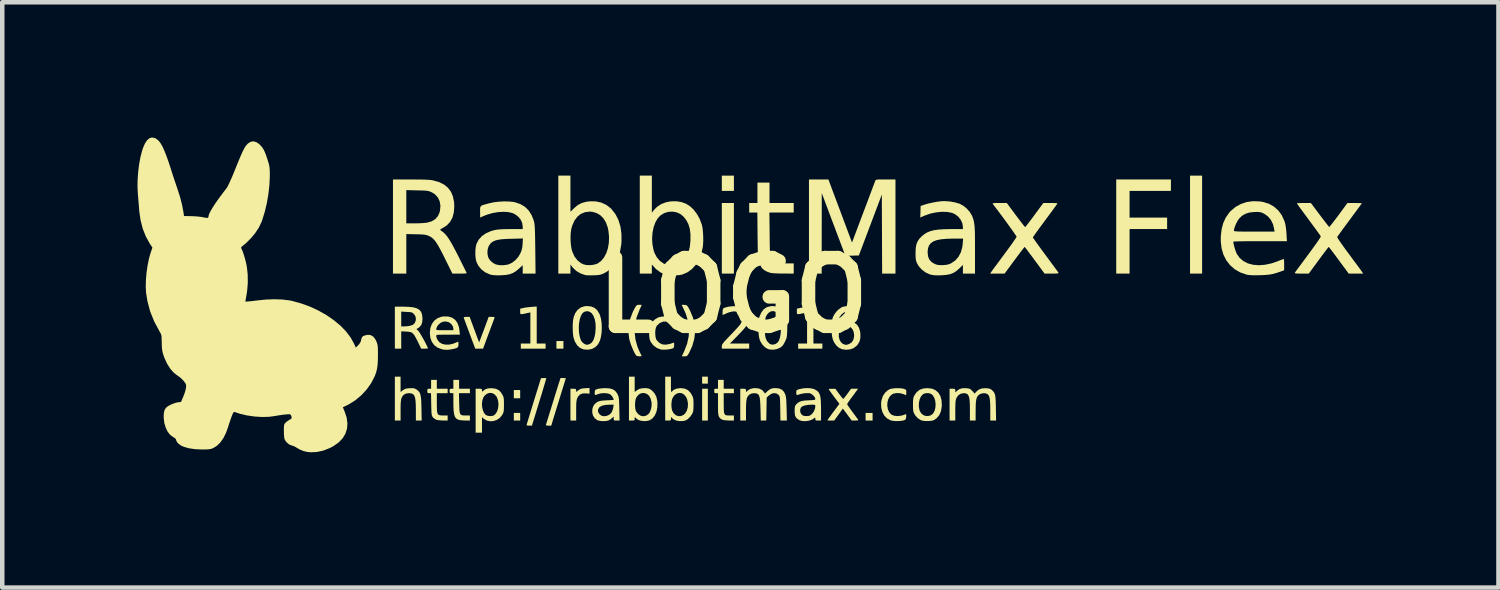
<source format=kicad_pcb>
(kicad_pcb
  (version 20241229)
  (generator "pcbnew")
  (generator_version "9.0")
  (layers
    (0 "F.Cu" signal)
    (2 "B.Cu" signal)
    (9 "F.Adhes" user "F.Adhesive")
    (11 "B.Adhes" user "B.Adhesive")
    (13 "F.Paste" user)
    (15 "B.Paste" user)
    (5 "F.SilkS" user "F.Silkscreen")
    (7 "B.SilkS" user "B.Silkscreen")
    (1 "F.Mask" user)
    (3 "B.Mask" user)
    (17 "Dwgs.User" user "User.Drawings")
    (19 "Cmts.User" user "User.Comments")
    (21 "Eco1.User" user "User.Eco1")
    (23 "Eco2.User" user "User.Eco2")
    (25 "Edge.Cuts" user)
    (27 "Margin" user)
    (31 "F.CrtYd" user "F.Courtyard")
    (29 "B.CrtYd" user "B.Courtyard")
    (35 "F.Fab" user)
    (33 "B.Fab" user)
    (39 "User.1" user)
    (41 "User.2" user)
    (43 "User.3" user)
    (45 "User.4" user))
  (footprint "LOGO"
    (layer "F.Cu")
    (at 13.216 3.499)
    (property "Reference" "LOGO" (at 0 0 0) (layer "F.SilkS") (effects (font (size 1.524 1.524) (thickness 0.3))))
    (attr through_hole)
    (fp_poly (pts (xy -4.727 2.286) (xy -4.868 2.286) (xy -4.868 2.103) (xy -4.727 2.103) (xy -4.727 2.286)) (stroke (width 0.001) (type solid)) (fill yes) (layer "F.SilkS"))
    (fp_poly (pts (xy -4.727 2.78) (xy -4.868 2.78) (xy -4.868 2.611) (xy -4.727 2.611) (xy -4.727 2.78)) (stroke (width 0.001) (type solid)) (fill yes) (layer "F.SilkS"))
    (fp_poly (pts (xy -3.768 1.185) (xy -3.923 1.185) (xy -3.923 1.016) (xy -3.768 1.016) (xy -3.768 1.185)) (stroke (width 0.001) (type solid)) (fill yes) (layer "F.SilkS"))
    (fp_poly (pts (xy -0.564 1.961) (xy -0.691 1.961) (xy -0.691 1.806) (xy -0.564 1.806) (xy -0.564 1.961)) (stroke (width 0.001) (type solid)) (fill yes) (layer "F.SilkS"))
    (fp_poly (pts (xy -0.564 2.78) (xy -0.691 2.78) (xy -0.691 2.074) (xy -0.564 2.074) (xy -0.564 2.78)) (stroke (width 0.001) (type solid)) (fill yes) (layer "F.SilkS"))
    (fp_poly (pts (xy 0.014 -2.314) (xy -0.254 -2.314) (xy -0.254 -2.653) (xy 0.014 -2.653) (xy 0.014 -2.314)) (stroke (width 0.001) (type solid)) (fill yes) (layer "F.SilkS"))
    (fp_poly (pts (xy 0.014 -0.48) (xy -0.254 -0.48) (xy -0.254 -2.046) (xy 0.014 -2.046) (xy 0.014 -0.48)) (stroke (width 0.001) (type solid)) (fill yes) (layer "F.SilkS"))
    (fp_poly (pts (xy 3.09 2.78) (xy 2.935 2.78) (xy 2.935 2.611) (xy 3.09 2.611) (xy 3.09 2.78)) (stroke (width 0.001) (type solid)) (fill yes) (layer "F.SilkS"))
    (fp_poly (pts (xy 10.4 -0.48) (xy 10.132 -0.48) (xy 10.132 -2.653) (xy 10.4 -2.653) (xy 10.4 -0.48)) (stroke (width 0.001) (type solid)) (fill yes) (layer "F.SilkS"))
    (fp_poly (pts (xy 9.708 -2.314) (xy 8.791 -2.314) (xy 8.791 -1.722) (xy 9.624 -1.722) (xy 9.624 -1.468) (xy 8.791 -1.468) (xy 8.791 -0.48) (xy 8.495 -0.48) (xy 8.495 -2.568) (xy 9.708 -2.568) (xy 9.708 -2.314)) (stroke (width 0.001) (type solid)) (fill yes) (layer "F.SilkS"))
    (fp_poly (pts (xy -4.36 1.072) (xy -4.163 1.072) (xy -4.163 1.185) (xy -4.713 1.185) (xy -4.713 1.072) (xy -4.501 1.072) (xy -4.501 0.38) (xy -4.533 0.388) (xy -4.61 0.405) (xy -4.663 0.416) (xy -4.697 0.42) (xy -4.717 0.417) (xy -4.725 0.405) (xy -4.727 0.385) (xy -4.727 0.361) (xy -4.727 0.299) (xy -4.653 0.282) (xy -4.6 0.272) (xy -4.534 0.264) (xy -4.47 0.258) (xy -4.36 0.25) (xy -4.36 1.072)) (stroke (width 0.001) (type solid)) (fill yes) (layer "F.SilkS"))
    (fp_poly (pts (xy 1.778 1.072) (xy 1.976 1.072) (xy 1.976 1.185) (xy 1.439 1.185) (xy 1.439 1.072) (xy 1.637 1.072) (xy 1.637 0.38) (xy 1.605 0.388) (xy 1.528 0.405) (xy 1.475 0.416) (xy 1.441 0.42) (xy 1.422 0.417) (xy 1.413 0.405) (xy 1.411 0.385) (xy 1.411 0.361) (xy 1.411 0.299) (xy 1.485 0.282) (xy 1.538 0.272) (xy 1.604 0.264) (xy 1.669 0.258) (xy 1.778 0.25) (xy 1.778 1.072)) (stroke (width 0.001) (type solid)) (fill yes) (layer "F.SilkS"))
    (fp_poly (pts (xy -4.15 1.841) (xy -4.148 1.844) (xy -4.152 1.86) (xy -4.164 1.899) (xy -4.182 1.96) (xy -4.205 2.038) (xy -4.233 2.132) (xy -4.265 2.237) (xy -4.3 2.352) (xy -4.307 2.374) (xy -4.466 2.892) (xy -4.526 2.893) (xy -4.563 2.89) (xy -4.584 2.885) (xy -4.586 2.882) (xy -4.582 2.867) (xy -4.57 2.827) (xy -4.552 2.767) (xy -4.528 2.689) (xy -4.499 2.596) (xy -4.467 2.49) (xy -4.432 2.376) (xy -4.426 2.357) (xy -4.266 1.841) (xy -4.207 1.837) (xy -4.171 1.837) (xy -4.15 1.841)) (stroke (width 0.001) (type solid)) (fill yes) (layer "F.SilkS"))
    (fp_poly (pts (xy -3.189 2.185) (xy -3.264 2.177) (xy -3.34 2.179) (xy -3.398 2.201) (xy -3.441 2.246) (xy -3.458 2.276) (xy -3.469 2.304) (xy -3.476 2.335) (xy -3.481 2.376) (xy -3.484 2.431) (xy -3.485 2.507) (xy -3.485 2.558) (xy -3.485 2.78) (xy -3.612 2.78) (xy -3.612 2.074) (xy -3.549 2.074) (xy -3.51 2.076) (xy -3.491 2.083) (xy -3.486 2.1) (xy -3.485 2.11) (xy -3.485 2.146) (xy -3.434 2.107) (xy -3.398 2.084) (xy -3.36 2.071) (xy -3.308 2.064) (xy -3.286 2.063) (xy -3.189 2.057) (xy -3.189 2.185)) (stroke (width 0.001) (type solid)) (fill yes) (layer "F.SilkS"))
    (fp_poly (pts (xy -1.099 0.213) (xy -1.083 0.214) (xy -1.055 0.217) (xy -1.034 0.224) (xy -1.017 0.24) (xy -0.997 0.27) (xy -0.971 0.319) (xy -0.962 0.335) (xy -0.896 0.491) (xy -0.858 0.65) (xy -0.847 0.809) (xy -0.865 0.969) (xy -0.91 1.127) (xy -0.976 1.271) (xy -1.002 1.315) (xy -1.021 1.34) (xy -1.04 1.352) (xy -1.068 1.355) (xy -1.082 1.355) (xy -1.141 1.355) (xy -1.086 1.237) (xy -1.023 1.072) (xy -0.988 0.907) (xy -0.982 0.741) (xy -1.003 0.576) (xy -1.053 0.412) (xy -1.094 0.319) (xy -1.117 0.272) (xy -1.134 0.236) (xy -1.143 0.217) (xy -1.143 0.215) (xy -1.13 0.213) (xy -1.099 0.213)) (stroke (width 0.001) (type solid)) (fill yes) (layer "F.SilkS"))
    (fp_poly (pts (xy -3.783 1.836) (xy -3.771 1.837) (xy -3.714 1.841) (xy -3.854 2.293) (xy -3.888 2.404) (xy -3.921 2.51) (xy -3.951 2.607) (xy -3.977 2.691) (xy -3.997 2.757) (xy -4.011 2.803) (xy -4.016 2.819) (xy -4.038 2.893) (xy -4.1 2.893) (xy -4.141 2.89) (xy -4.156 2.881) (xy -4.156 2.875) (xy -4.15 2.858) (xy -4.138 2.817) (xy -4.119 2.755) (xy -4.094 2.676) (xy -4.065 2.582) (xy -4.032 2.476) (xy -3.997 2.362) (xy -3.993 2.35) (xy -3.958 2.236) (xy -3.925 2.13) (xy -3.896 2.036) (xy -3.871 1.957) (xy -3.851 1.896) (xy -3.838 1.855) (xy -3.832 1.838) (xy -3.832 1.838) (xy -3.816 1.835) (xy -3.783 1.836)) (stroke (width 0.001) (type solid)) (fill yes) (layer "F.SilkS"))
    (fp_poly (pts (xy -6.082 2.074) (xy -5.842 2.074) (xy -5.842 2.173) (xy -6.085 2.173) (xy -6.08 2.4) (xy -6.077 2.493) (xy -6.074 2.561) (xy -6.066 2.609) (xy -6.053 2.639) (xy -6.032 2.657) (xy -6.002 2.665) (xy -5.959 2.667) (xy -5.931 2.667) (xy -5.842 2.667) (xy -5.842 2.78) (xy -5.944 2.779) (xy -6.002 2.776) (xy -6.053 2.772) (xy -6.087 2.765) (xy -6.126 2.749) (xy -6.156 2.724) (xy -6.178 2.688) (xy -6.193 2.636) (xy -6.203 2.565) (xy -6.208 2.473) (xy -6.209 2.37) (xy -6.209 2.173) (xy -6.251 2.173) (xy -6.28 2.17) (xy -6.291 2.156) (xy -6.294 2.124) (xy -6.291 2.091) (xy -6.279 2.077) (xy -6.251 2.074) (xy -6.209 2.074) (xy -6.209 1.877) (xy -6.082 1.877) (xy -6.082 2.074)) (stroke (width 0.001) (type solid)) (fill yes) (layer "F.SilkS"))
    (fp_poly (pts (xy -5.744 0.762) (xy -5.713 0.845) (xy -5.686 0.919) (xy -5.663 0.979) (xy -5.647 1.021) (xy -5.638 1.043) (xy -5.637 1.044) (xy -5.632 1.032) (xy -5.618 0.996) (xy -5.598 0.942) (xy -5.572 0.873) (xy -5.542 0.793) (xy -5.53 0.762) (xy -5.426 0.48) (xy -5.357 0.48) (xy -5.314 0.482) (xy -5.295 0.49) (xy -5.295 0.497) (xy -5.301 0.515) (xy -5.316 0.555) (xy -5.338 0.614) (xy -5.366 0.689) (xy -5.398 0.775) (xy -5.426 0.85) (xy -5.55 1.185) (xy -5.724 1.185) (xy -5.849 0.85) (xy -5.883 0.758) (xy -5.915 0.674) (xy -5.941 0.602) (xy -5.962 0.546) (xy -5.975 0.51) (xy -5.98 0.497) (xy -5.974 0.486) (xy -5.946 0.481) (xy -5.917 0.48) (xy -5.848 0.48) (xy -5.744 0.762)) (stroke (width 0.001) (type solid)) (fill yes) (layer "F.SilkS"))
    (fp_poly (pts (xy -2.053 0.213) (xy -2.033 0.216) (xy -2.032 0.217) (xy -2.038 0.232) (xy -2.053 0.265) (xy -2.074 0.311) (xy -2.081 0.327) (xy -2.144 0.489) (xy -2.179 0.656) (xy -2.188 0.822) (xy -2.169 0.988) (xy -2.123 1.149) (xy -2.082 1.245) (xy -2.059 1.292) (xy -2.041 1.329) (xy -2.032 1.349) (xy -2.032 1.35) (xy -2.045 1.353) (xy -2.076 1.355) (xy -2.088 1.355) (xy -2.132 1.35) (xy -2.158 1.332) (xy -2.165 1.323) (xy -2.198 1.264) (xy -2.233 1.187) (xy -2.267 1.103) (xy -2.294 1.021) (xy -2.308 0.968) (xy -2.326 0.823) (xy -2.318 0.672) (xy -2.285 0.519) (xy -2.228 0.369) (xy -2.193 0.3) (xy -2.166 0.254) (xy -2.147 0.228) (xy -2.127 0.215) (xy -2.102 0.212) (xy -2.088 0.212) (xy -2.053 0.213)) (stroke (width 0.001) (type solid)) (fill yes) (layer "F.SilkS"))
    (fp_poly (pts (xy -0.212 2.074) (xy 0.014 2.074) (xy 0.014 2.173) (xy -0.212 2.173) (xy -0.212 2.398) (xy -0.211 2.491) (xy -0.209 2.56) (xy -0.203 2.608) (xy -0.192 2.639) (xy -0.173 2.657) (xy -0.144 2.665) (xy -0.104 2.667) (xy -0.077 2.667) (xy 0.014 2.667) (xy 0.014 2.78) (xy -0.088 2.779) (xy -0.147 2.776) (xy -0.201 2.771) (xy -0.237 2.764) (xy -0.283 2.738) (xy -0.311 2.705) (xy -0.321 2.686) (xy -0.328 2.663) (xy -0.333 2.632) (xy -0.337 2.589) (xy -0.338 2.527) (xy -0.339 2.444) (xy -0.339 2.417) (xy -0.339 2.173) (xy -0.381 2.173) (xy -0.409 2.17) (xy -0.421 2.156) (xy -0.423 2.124) (xy -0.421 2.091) (xy -0.409 2.077) (xy -0.381 2.074) (xy -0.339 2.074) (xy -0.339 1.877) (xy -0.212 1.877) (xy -0.212 2.074)) (stroke (width 0.001) (type solid)) (fill yes) (layer "F.SilkS"))
    (fp_poly (pts (xy 2.372 -1.869) (xy 2.634 -1.169) (xy 2.885 -1.837) (xy 2.935 -1.968) (xy 2.982 -2.092) (xy 3.024 -2.206) (xy 3.063 -2.308) (xy 3.095 -2.394) (xy 3.121 -2.462) (xy 3.139 -2.51) (xy 3.148 -2.534) (xy 3.149 -2.536) (xy 3.154 -2.548) (xy 3.163 -2.557) (xy 3.18 -2.563) (xy 3.209 -2.566) (xy 3.254 -2.568) (xy 3.321 -2.568) (xy 3.379 -2.568) (xy 3.598 -2.568) (xy 3.598 -0.48) (xy 3.302 -0.48) (xy 3.295 -2.233) (xy 2.786 -0.882) (xy 2.637 -0.878) (xy 2.487 -0.874) (xy 2.408 -1.083) (xy 2.384 -1.146) (xy 2.352 -1.232) (xy 2.313 -1.334) (xy 2.27 -1.448) (xy 2.225 -1.569) (xy 2.178 -1.692) (xy 2.146 -1.778) (xy 1.963 -2.265) (xy 1.961 -0.48) (xy 1.679 -0.48) (xy 1.679 -2.568) (xy 2.11 -2.568) (xy 2.372 -1.869)) (stroke (width 0.001) (type solid)) (fill yes) (layer "F.SilkS"))
    (fp_poly (pts (xy -6.576 2.074) (xy -6.336 2.074) (xy -6.336 2.173) (xy -6.576 2.173) (xy -6.576 2.389) (xy -6.575 2.484) (xy -6.573 2.554) (xy -6.566 2.604) (xy -6.553 2.636) (xy -6.533 2.655) (xy -6.503 2.664) (xy -6.462 2.667) (xy -6.434 2.667) (xy -6.336 2.667) (xy -6.336 2.78) (xy -6.438 2.779) (xy -6.497 2.776) (xy -6.552 2.77) (xy -6.589 2.761) (xy -6.631 2.738) (xy -6.666 2.705) (xy -6.666 2.705) (xy -6.677 2.688) (xy -6.685 2.668) (xy -6.691 2.64) (xy -6.695 2.6) (xy -6.697 2.543) (xy -6.699 2.465) (xy -6.7 2.419) (xy -6.705 2.173) (xy -6.746 2.173) (xy -6.774 2.17) (xy -6.785 2.156) (xy -6.787 2.124) (xy -6.785 2.091) (xy -6.773 2.077) (xy -6.745 2.074) (xy -6.703 2.074) (xy -6.703 1.877) (xy -6.576 1.877) (xy -6.576 2.074)) (stroke (width 0.001) (type solid)) (fill yes) (layer "F.SilkS"))
    (fp_poly (pts (xy -7.38 2.146) (xy -7.329 2.107) (xy -7.294 2.085) (xy -7.258 2.072) (xy -7.21 2.065) (xy -7.177 2.063) (xy -7.12 2.061) (xy -7.082 2.065) (xy -7.051 2.076) (xy -7.027 2.091) (xy -6.994 2.116) (xy -6.968 2.144) (xy -6.949 2.178) (xy -6.936 2.222) (xy -6.927 2.282) (xy -6.921 2.359) (xy -6.918 2.46) (xy -6.917 2.508) (xy -6.912 2.78) (xy -7.041 2.78) (xy -7.041 2.547) (xy -7.043 2.434) (xy -7.048 2.345) (xy -7.058 2.278) (xy -7.074 2.231) (xy -7.097 2.2) (xy -7.129 2.182) (xy -7.171 2.174) (xy -7.201 2.173) (xy -7.265 2.183) (xy -7.302 2.204) (xy -7.329 2.228) (xy -7.349 2.257) (xy -7.364 2.294) (xy -7.373 2.344) (xy -7.378 2.411) (xy -7.38 2.499) (xy -7.38 2.554) (xy -7.38 2.78) (xy -7.507 2.78) (xy -7.507 1.806) (xy -7.38 1.806) (xy -7.38 2.146)) (stroke (width 0.001) (type solid)) (fill yes) (layer "F.SilkS"))
    (fp_poly (pts (xy -1.411 0.478) (xy -1.35 0.495) (xy -1.325 0.511) (xy -1.315 0.534) (xy -1.312 0.572) (xy -1.312 0.632) (xy -1.386 0.604) (xy -1.476 0.582) (xy -1.558 0.586) (xy -1.63 0.616) (xy -1.692 0.673) (xy -1.7 0.683) (xy -1.718 0.725) (xy -1.729 0.784) (xy -1.731 0.852) (xy -1.726 0.918) (xy -1.712 0.972) (xy -1.7 0.996) (xy -1.641 1.056) (xy -1.574 1.09) (xy -1.496 1.097) (xy -1.406 1.08) (xy -1.393 1.076) (xy -1.312 1.049) (xy -1.312 1.109) (xy -1.314 1.147) (xy -1.325 1.168) (xy -1.35 1.182) (xy -1.358 1.185) (xy -1.409 1.197) (xy -1.474 1.205) (xy -1.54 1.208) (xy -1.597 1.205) (xy -1.616 1.201) (xy -1.702 1.166) (xy -1.775 1.11) (xy -1.829 1.04) (xy -1.85 0.993) (xy -1.862 0.935) (xy -1.867 0.862) (xy -1.866 0.785) (xy -1.857 0.717) (xy -1.849 0.686) (xy -1.811 0.612) (xy -1.752 0.547) (xy -1.679 0.5) (xy -1.639 0.485) (xy -1.567 0.472) (xy -1.487 0.469) (xy -1.411 0.478)) (stroke (width 0.001) (type solid)) (fill yes) (layer "F.SilkS"))
    (fp_poly (pts (xy 0.804 -2.046) (xy 1.341 -2.046) (xy 1.341 -1.834) (xy 0.801 -1.834) (xy 0.807 -1.344) (xy 0.808 -1.194) (xy 0.81 -1.069) (xy 0.814 -0.968) (xy 0.821 -0.887) (xy 0.833 -0.825) (xy 0.85 -0.779) (xy 0.875 -0.747) (xy 0.907 -0.726) (xy 0.95 -0.714) (xy 1.004 -0.708) (xy 1.069 -0.707) (xy 1.149 -0.706) (xy 1.154 -0.706) (xy 1.341 -0.706) (xy 1.341 -0.48) (xy 1.111 -0.481) (xy 1.029 -0.482) (xy 0.953 -0.485) (xy 0.889 -0.488) (xy 0.844 -0.493) (xy 0.829 -0.495) (xy 0.757 -0.519) (xy 0.692 -0.553) (xy 0.644 -0.592) (xy 0.637 -0.601) (xy 0.616 -0.634) (xy 0.591 -0.682) (xy 0.576 -0.717) (xy 0.568 -0.739) (xy 0.561 -0.761) (xy 0.556 -0.786) (xy 0.552 -0.817) (xy 0.548 -0.858) (xy 0.546 -0.911) (xy 0.544 -0.98) (xy 0.542 -1.067) (xy 0.541 -1.176) (xy 0.539 -1.311) (xy 0.539 -1.316) (xy 0.534 -1.834) (xy 0.353 -1.834) (xy 0.353 -2.046) (xy 0.536 -2.046) (xy 0.536 -2.498) (xy 0.804 -2.498) (xy 0.804 -2.046)) (stroke (width 0.001) (type solid)) (fill yes) (layer "F.SilkS"))
    (fp_poly (pts (xy 0.122 0.248) (xy 0.176 0.26) (xy 0.245 0.3) (xy 0.299 0.358) (xy 0.335 0.428) (xy 0.349 0.504) (xy 0.346 0.548) (xy 0.334 0.594) (xy 0.314 0.64) (xy 0.283 0.689) (xy 0.239 0.745) (xy 0.178 0.812) (xy 0.101 0.892) (xy -0.075 1.072) (xy 0.353 1.072) (xy 0.353 1.185) (xy -0.254 1.185) (xy -0.254 1.134) (xy -0.252 1.115) (xy -0.246 1.095) (xy -0.232 1.072) (xy -0.209 1.042) (xy -0.173 1.001) (xy -0.122 0.947) (xy -0.062 0.885) (xy -0.000209 0.82) (xy 0.057 0.759) (xy 0.106 0.705) (xy 0.142 0.663) (xy 0.162 0.636) (xy 0.163 0.636) (xy 0.197 0.565) (xy 0.205 0.501) (xy 0.185 0.443) (xy 0.184 0.44) (xy 0.137 0.39) (xy 0.076 0.363) (xy 0.000191 0.358) (xy -0.087 0.377) (xy -0.152 0.402) (xy -0.194 0.421) (xy -0.224 0.434) (xy -0.235 0.437) (xy -0.238 0.425) (xy -0.238 0.392) (xy -0.237 0.365) (xy -0.233 0.322) (xy -0.225 0.297) (xy -0.205 0.283) (xy -0.176 0.272) (xy -0.11 0.255) (xy -0.031 0.245) (xy 0.049 0.242) (xy 0.122 0.248)) (stroke (width 0.001) (type solid)) (fill yes) (layer "F.SilkS"))
    (fp_poly (pts (xy 2.715 2.148) (xy 2.678 2.199) (xy 2.634 2.258) (xy 2.593 2.313) (xy 2.562 2.357) (xy 2.538 2.393) (xy 2.526 2.415) (xy 2.526 2.417) (xy 2.534 2.433) (xy 2.556 2.467) (xy 2.589 2.514) (xy 2.63 2.57) (xy 2.643 2.588) (xy 2.687 2.647) (xy 2.724 2.698) (xy 2.753 2.737) (xy 2.769 2.76) (xy 2.771 2.762) (xy 2.77 2.773) (xy 2.749 2.778) (xy 2.704 2.78) (xy 2.627 2.78) (xy 2.529 2.647) (xy 2.431 2.514) (xy 2.239 2.78) (xy 2.164 2.78) (xy 2.122 2.779) (xy 2.095 2.776) (xy 2.088 2.773) (xy 2.096 2.76) (xy 2.119 2.728) (xy 2.152 2.682) (xy 2.193 2.625) (xy 2.221 2.588) (xy 2.354 2.409) (xy 2.235 2.251) (xy 2.193 2.193) (xy 2.157 2.144) (xy 2.131 2.107) (xy 2.118 2.086) (xy 2.117 2.084) (xy 2.129 2.079) (xy 2.162 2.075) (xy 2.191 2.075) (xy 2.265 2.075) (xy 2.347 2.188) (xy 2.383 2.235) (xy 2.413 2.273) (xy 2.433 2.295) (xy 2.439 2.3) (xy 2.451 2.289) (xy 2.475 2.26) (xy 2.508 2.218) (xy 2.531 2.187) (xy 2.613 2.074) (xy 2.768 2.074) (xy 2.715 2.148)) (stroke (width 0.001) (type solid)) (fill yes) (layer "F.SilkS"))
    (fp_poly (pts (xy 3.743 2.068) (xy 3.775 2.074) (xy 3.813 2.086) (xy 3.832 2.1) (xy 3.838 2.125) (xy 3.838 2.154) (xy 3.837 2.191) (xy 3.834 2.213) (xy 3.833 2.215) (xy 3.818 2.211) (xy 3.786 2.198) (xy 3.774 2.193) (xy 3.704 2.174) (xy 3.629 2.17) (xy 3.561 2.181) (xy 3.527 2.195) (xy 3.476 2.24) (xy 3.44 2.301) (xy 3.42 2.373) (xy 3.416 2.449) (xy 3.428 2.523) (xy 3.455 2.589) (xy 3.499 2.64) (xy 3.516 2.653) (xy 3.574 2.674) (xy 3.647 2.681) (xy 3.724 2.672) (xy 3.768 2.66) (xy 3.805 2.647) (xy 3.829 2.64) (xy 3.834 2.639) (xy 3.837 2.651) (xy 3.836 2.683) (xy 3.836 2.699) (xy 3.83 2.738) (xy 3.817 2.759) (xy 3.789 2.773) (xy 3.782 2.776) (xy 3.731 2.786) (xy 3.665 2.791) (xy 3.595 2.791) (xy 3.531 2.785) (xy 3.489 2.775) (xy 3.412 2.733) (xy 3.35 2.67) (xy 3.307 2.59) (xy 3.283 2.497) (xy 3.279 2.393) (xy 3.287 2.334) (xy 3.317 2.238) (xy 3.369 2.16) (xy 3.43 2.107) (xy 3.467 2.086) (xy 3.507 2.073) (xy 3.56 2.066) (xy 3.599 2.063) (xy 3.676 2.062) (xy 3.743 2.068)) (stroke (width 0.001) (type solid)) (fill yes) (layer "F.SilkS"))
    (fp_poly (pts (xy -7.195 0.258) (xy -7.096 0.269) (xy -7.02 0.291) (xy -6.964 0.323) (xy -6.926 0.368) (xy -6.904 0.427) (xy -6.895 0.502) (xy -6.894 0.522) (xy -6.901 0.604) (xy -6.925 0.667) (xy -6.968 0.713) (xy -6.987 0.726) (xy -7.028 0.75) (xy -6.984 0.793) (xy -6.967 0.816) (xy -6.941 0.857) (xy -6.909 0.911) (xy -6.875 0.971) (xy -6.841 1.033) (xy -6.811 1.091) (xy -6.788 1.138) (xy -6.775 1.17) (xy -6.773 1.178) (xy -6.786 1.182) (xy -6.819 1.185) (xy -6.848 1.185) (xy -6.923 1.185) (xy -6.999 1.029) (xy -7.039 0.95) (xy -7.072 0.893) (xy -7.101 0.854) (xy -7.131 0.829) (xy -7.167 0.816) (xy -7.211 0.809) (xy -7.254 0.806) (xy -7.366 0.801) (xy -7.366 1.185) (xy -7.507 1.185) (xy -7.507 0.691) (xy -7.366 0.691) (xy -7.299 0.691) (xy -7.241 0.688) (xy -7.181 0.68) (xy -7.169 0.678) (xy -7.105 0.655) (xy -7.063 0.614) (xy -7.043 0.556) (xy -7.041 0.529) (xy -7.047 0.478) (xy -7.068 0.437) (xy -7.082 0.421) (xy -7.103 0.399) (xy -7.124 0.385) (xy -7.152 0.377) (xy -7.195 0.373) (xy -7.244 0.37) (xy -7.366 0.363) (xy -7.366 0.691) (xy -7.507 0.691) (xy -7.507 0.254) (xy -7.319 0.254) (xy -7.195 0.258)) (stroke (width 0.001) (type solid)) (fill yes) (layer "F.SilkS"))
    (fp_poly (pts (xy 4.405 2.072) (xy 4.486 2.106) (xy 4.55 2.162) (xy 4.595 2.237) (xy 4.62 2.332) (xy 4.626 2.444) (xy 4.625 2.464) (xy 4.608 2.57) (xy 4.571 2.657) (xy 4.515 2.724) (xy 4.489 2.744) (xy 4.453 2.767) (xy 4.419 2.781) (xy 4.376 2.787) (xy 4.32 2.791) (xy 4.24 2.789) (xy 4.182 2.779) (xy 4.163 2.772) (xy 4.092 2.728) (xy 4.037 2.665) (xy 4.017 2.632) (xy 4.002 2.601) (xy 3.993 2.567) (xy 3.988 2.523) (xy 3.987 2.473) (xy 4.116 2.473) (xy 4.132 2.554) (xy 4.133 2.557) (xy 4.167 2.618) (xy 4.217 2.66) (xy 4.278 2.68) (xy 4.346 2.676) (xy 4.39 2.659) (xy 4.434 2.622) (xy 4.465 2.565) (xy 4.483 2.497) (xy 4.488 2.421) (xy 4.481 2.346) (xy 4.46 2.278) (xy 4.427 2.222) (xy 4.395 2.193) (xy 4.344 2.173) (xy 4.283 2.171) (xy 4.227 2.185) (xy 4.208 2.197) (xy 4.164 2.244) (xy 4.134 2.311) (xy 4.117 2.389) (xy 4.116 2.473) (xy 3.987 2.473) (xy 3.987 2.461) (xy 3.986 2.427) (xy 3.987 2.356) (xy 3.991 2.305) (xy 3.998 2.268) (xy 4.01 2.236) (xy 4.017 2.223) (xy 4.069 2.148) (xy 4.134 2.098) (xy 4.214 2.069) (xy 4.307 2.061) (xy 4.405 2.072)) (stroke (width 0.001) (type solid)) (fill yes) (layer "F.SilkS"))
    (fp_poly (pts (xy -3.15 0.25) (xy -3.077 0.281) (xy -3.017 0.335) (xy -2.969 0.414) (xy -2.963 0.427) (xy -2.937 0.511) (xy -2.921 0.613) (xy -2.916 0.725) (xy -2.922 0.838) (xy -2.94 0.944) (xy -2.958 1.007) (xy -2.999 1.089) (xy -3.06 1.151) (xy -3.135 1.192) (xy -3.222 1.209) (xy -3.318 1.202) (xy -3.328 1.199) (xy -3.402 1.168) (xy -3.463 1.111) (xy -3.512 1.031) (xy -3.538 0.96) (xy -3.551 0.899) (xy -3.559 0.818) (xy -3.562 0.728) (xy -3.562 0.717) (xy -3.427 0.717) (xy -3.423 0.813) (xy -3.416 0.868) (xy -3.398 0.948) (xy -3.376 1.005) (xy -3.346 1.046) (xy -3.312 1.073) (xy -3.273 1.094) (xy -3.242 1.099) (xy -3.205 1.09) (xy -3.182 1.081) (xy -3.136 1.048) (xy -3.1 0.991) (xy -3.074 0.91) (xy -3.061 0.838) (xy -3.052 0.724) (xy -3.056 0.621) (xy -3.073 0.532) (xy -3.101 0.458) (xy -3.138 0.402) (xy -3.185 0.367) (xy -3.238 0.353) (xy -3.297 0.365) (xy -3.315 0.373) (xy -3.352 0.407) (xy -3.382 0.463) (xy -3.406 0.537) (xy -3.421 0.623) (xy -3.427 0.717) (xy -3.562 0.717) (xy -3.561 0.638) (xy -3.554 0.557) (xy -3.544 0.498) (xy -3.508 0.401) (xy -3.455 0.326) (xy -3.387 0.274) (xy -3.304 0.245) (xy -3.241 0.24) (xy -3.15 0.25)) (stroke (width 0.001) (type solid)) (fill yes) (layer "F.SilkS"))
    (fp_poly (pts (xy -2.187 2.146) (xy -2.136 2.108) (xy -2.092 2.081) (xy -2.039 2.067) (xy -2.003 2.063) (xy -1.934 2.061) (xy -1.883 2.068) (xy -1.84 2.087) (xy -1.799 2.119) (xy -1.743 2.181) (xy -1.706 2.254) (xy -1.686 2.343) (xy -1.682 2.386) (xy -1.685 2.494) (xy -1.706 2.591) (xy -1.744 2.673) (xy -1.796 2.736) (xy -1.858 2.775) (xy -1.922 2.79) (xy -1.996 2.792) (xy -2.067 2.78) (xy -2.105 2.765) (xy -2.142 2.742) (xy -2.168 2.718) (xy -2.172 2.713) (xy -2.182 2.701) (xy -2.186 2.711) (xy -2.187 2.734) (xy -2.189 2.762) (xy -2.199 2.776) (xy -2.225 2.78) (xy -2.251 2.78) (xy -2.314 2.78) (xy -2.314 2.454) (xy -2.179 2.454) (xy -2.173 2.518) (xy -2.16 2.568) (xy -2.156 2.575) (xy -2.112 2.635) (xy -2.057 2.672) (xy -1.997 2.685) (xy -1.937 2.673) (xy -1.881 2.636) (xy -1.85 2.592) (xy -1.826 2.529) (xy -1.812 2.458) (xy -1.812 2.388) (xy -1.812 2.381) (xy -1.833 2.294) (xy -1.869 2.229) (xy -1.919 2.187) (xy -1.982 2.169) (xy -1.997 2.168) (xy -2.059 2.179) (xy -2.109 2.213) (xy -2.153 2.273) (xy -2.156 2.279) (xy -2.17 2.324) (xy -2.178 2.386) (xy -2.179 2.454) (xy -2.314 2.454) (xy -2.314 1.806) (xy -2.187 1.806) (xy -2.187 2.146)) (stroke (width 0.001) (type solid)) (fill yes) (layer "F.SilkS"))
    (fp_poly (pts (xy -5.349 2.063) (xy -5.27 2.074) (xy -5.208 2.102) (xy -5.158 2.15) (xy -5.126 2.199) (xy -5.109 2.229) (xy -5.098 2.258) (xy -5.091 2.29) (xy -5.088 2.334) (xy -5.087 2.396) (xy -5.087 2.427) (xy -5.088 2.499) (xy -5.09 2.549) (xy -5.095 2.585) (xy -5.104 2.614) (xy -5.119 2.643) (xy -5.126 2.656) (xy -5.178 2.72) (xy -5.244 2.765) (xy -5.318 2.791) (xy -5.395 2.796) (xy -5.469 2.78) (xy -5.534 2.741) (xy -5.542 2.734) (xy -5.574 2.704) (xy -5.574 3.048) (xy -5.715 3.048) (xy -5.715 2.403) (xy -5.575 2.403) (xy -5.571 2.48) (xy -5.554 2.554) (xy -5.526 2.615) (xy -5.488 2.658) (xy -5.488 2.658) (xy -5.45 2.673) (xy -5.399 2.681) (xy -5.388 2.681) (xy -5.341 2.677) (xy -5.307 2.662) (xy -5.281 2.64) (xy -5.241 2.582) (xy -5.217 2.508) (xy -5.208 2.426) (xy -5.216 2.344) (xy -5.24 2.27) (xy -5.255 2.243) (xy -5.302 2.194) (xy -5.357 2.169) (xy -5.416 2.167) (xy -5.472 2.19) (xy -5.522 2.235) (xy -5.542 2.265) (xy -5.565 2.328) (xy -5.575 2.403) (xy -5.715 2.403) (xy -5.715 2.074) (xy -5.644 2.074) (xy -5.603 2.075) (xy -5.582 2.081) (xy -5.575 2.095) (xy -5.574 2.111) (xy -5.572 2.135) (xy -5.563 2.135) (xy -5.551 2.124) (xy -5.5 2.086) (xy -5.437 2.066) (xy -5.357 2.062) (xy -5.349 2.063)) (stroke (width 0.001) (type solid)) (fill yes) (layer "F.SilkS"))
    (fp_poly (pts (xy 0.575 2.071) (xy 0.638 2.102) (xy 0.675 2.141) (xy 0.704 2.18) (xy 0.75 2.136) (xy 0.8 2.095) (xy 0.844 2.071) (xy 0.897 2.062) (xy 0.941 2.06) (xy 1.02 2.069) (xy 1.08 2.096) (xy 1.125 2.144) (xy 1.146 2.184) (xy 1.157 2.211) (xy 1.165 2.242) (xy 1.171 2.279) (xy 1.176 2.329) (xy 1.179 2.396) (xy 1.182 2.486) (xy 1.183 2.515) (xy 1.189 2.78) (xy 1.046 2.78) (xy 1.042 2.513) (xy 1.04 2.42) (xy 1.038 2.351) (xy 1.036 2.301) (xy 1.032 2.267) (xy 1.026 2.244) (xy 1.018 2.228) (xy 1.007 2.214) (xy 1.003 2.209) (xy 0.956 2.178) (xy 0.9 2.171) (xy 0.842 2.188) (xy 0.794 2.221) (xy 0.741 2.27) (xy 0.732 2.78) (xy 0.61 2.78) (xy 0.604 2.529) (xy 0.6 2.42) (xy 0.595 2.335) (xy 0.586 2.272) (xy 0.572 2.227) (xy 0.553 2.198) (xy 0.525 2.182) (xy 0.49 2.175) (xy 0.452 2.173) (xy 0.393 2.185) (xy 0.36 2.204) (xy 0.333 2.228) (xy 0.313 2.257) (xy 0.299 2.294) (xy 0.29 2.344) (xy 0.285 2.411) (xy 0.282 2.499) (xy 0.282 2.554) (xy 0.282 2.78) (xy 0.155 2.78) (xy 0.155 2.074) (xy 0.219 2.074) (xy 0.258 2.076) (xy 0.276 2.083) (xy 0.282 2.1) (xy 0.282 2.112) (xy 0.282 2.15) (xy 0.314 2.12) (xy 0.37 2.082) (xy 0.442 2.063) (xy 0.496 2.06) (xy 0.575 2.071)) (stroke (width 0.001) (type solid)) (fill yes) (layer "F.SilkS"))
    (fp_poly (pts (xy -1.383 1.986) (xy -1.383 2.059) (xy -1.381 2.108) (xy -1.379 2.136) (xy -1.374 2.146) (xy -1.368 2.143) (xy -1.362 2.136) (xy -1.32 2.098) (xy -1.257 2.072) (xy -1.179 2.061) (xy -1.163 2.06) (xy -1.078 2.071) (xy -1.007 2.104) (xy -0.95 2.162) (xy -0.924 2.204) (xy -0.905 2.24) (xy -0.893 2.272) (xy -0.886 2.307) (xy -0.883 2.354) (xy -0.882 2.42) (xy -0.882 2.427) (xy -0.883 2.499) (xy -0.886 2.549) (xy -0.893 2.586) (xy -0.905 2.618) (xy -0.912 2.632) (xy -0.958 2.698) (xy -1.013 2.751) (xy -1.063 2.779) (xy -1.124 2.792) (xy -1.196 2.792) (xy -1.264 2.78) (xy -1.301 2.765) (xy -1.338 2.742) (xy -1.364 2.718) (xy -1.368 2.713) (xy -1.377 2.701) (xy -1.382 2.711) (xy -1.382 2.734) (xy -1.384 2.762) (xy -1.394 2.776) (xy -1.42 2.78) (xy -1.446 2.78) (xy -1.51 2.78) (xy -1.51 2.406) (xy -1.372 2.406) (xy -1.371 2.481) (xy -1.359 2.548) (xy -1.357 2.556) (xy -1.324 2.618) (xy -1.276 2.661) (xy -1.22 2.682) (xy -1.161 2.68) (xy -1.103 2.655) (xy -1.07 2.625) (xy -1.031 2.563) (xy -1.009 2.486) (xy -1.005 2.403) (xy -1.02 2.32) (xy -1.045 2.259) (xy -1.089 2.205) (xy -1.142 2.174) (xy -1.2 2.167) (xy -1.257 2.183) (xy -1.308 2.222) (xy -1.346 2.278) (xy -1.364 2.334) (xy -1.372 2.406) (xy -1.51 2.406) (xy -1.51 1.806) (xy -1.383 1.806) (xy -1.383 1.986)) (stroke (width 0.001) (type solid)) (fill yes) (layer "F.SilkS"))
    (fp_poly (pts (xy -6.322 0.472) (xy -6.238 0.497) (xy -6.17 0.545) (xy -6.119 0.615) (xy -6.085 0.707) (xy -6.074 0.78) (xy -6.064 0.875) (xy -6.327 0.875) (xy -6.419 0.875) (xy -6.487 0.876) (xy -6.534 0.877) (xy -6.564 0.88) (xy -6.58 0.885) (xy -6.588 0.891) (xy -6.59 0.901) (xy -6.59 0.904) (xy -6.584 0.934) (xy -6.568 0.975) (xy -6.561 0.99) (xy -6.519 1.043) (xy -6.458 1.079) (xy -6.383 1.096) (xy -6.299 1.095) (xy -6.21 1.074) (xy -6.171 1.058) (xy -6.133 1.042) (xy -6.107 1.032) (xy -6.101 1.03) (xy -6.098 1.043) (xy -6.096 1.075) (xy -6.096 1.092) (xy -6.099 1.127) (xy -6.11 1.152) (xy -6.135 1.17) (xy -6.178 1.184) (xy -6.243 1.198) (xy -6.25 1.199) (xy -6.333 1.211) (xy -6.405 1.209) (xy -6.467 1.198) (xy -6.559 1.163) (xy -6.633 1.108) (xy -6.687 1.034) (xy -6.72 0.942) (xy -6.731 0.836) (xy -6.722 0.75) (xy -6.59 0.75) (xy -6.588 0.761) (xy -6.579 0.768) (xy -6.559 0.772) (xy -6.523 0.775) (xy -6.467 0.776) (xy -6.399 0.776) (xy -6.209 0.776) (xy -6.209 0.734) (xy -6.223 0.685) (xy -6.255 0.64) (xy -6.31 0.599) (xy -6.373 0.582) (xy -6.438 0.587) (xy -6.5 0.616) (xy -6.552 0.667) (xy -6.558 0.676) (xy -6.578 0.713) (xy -6.589 0.745) (xy -6.59 0.75) (xy -6.722 0.75) (xy -6.72 0.729) (xy -6.686 0.638) (xy -6.633 0.565) (xy -6.561 0.51) (xy -6.473 0.477) (xy -6.423 0.47) (xy -6.322 0.472)) (stroke (width 0.001) (type solid)) (fill yes) (layer "F.SilkS"))
    (fp_poly (pts (xy 0.973 0.252) (xy 1.048 0.289) (xy 1.11 0.349) (xy 1.157 0.434) (xy 1.178 0.5) (xy 1.19 0.551) (xy 1.196 0.605) (xy 1.199 0.672) (xy 1.197 0.757) (xy 1.197 0.766) (xy 1.194 0.841) (xy 1.19 0.896) (xy 1.184 0.937) (xy 1.173 0.973) (xy 1.157 1.01) (xy 1.145 1.035) (xy 1.114 1.092) (xy 1.084 1.13) (xy 1.047 1.159) (xy 1.037 1.165) (xy 0.96 1.196) (xy 0.876 1.209) (xy 0.795 1.201) (xy 0.769 1.193) (xy 0.707 1.158) (xy 0.65 1.101) (xy 0.604 1.03) (xy 0.582 0.975) (xy 0.568 0.911) (xy 0.56 0.829) (xy 0.556 0.738) (xy 0.557 0.72) (xy 0.699 0.72) (xy 0.7 0.817) (xy 0.707 0.891) (xy 0.718 0.949) (xy 0.737 0.995) (xy 0.763 1.036) (xy 0.765 1.037) (xy 0.811 1.081) (xy 0.861 1.097) (xy 0.92 1.088) (xy 0.937 1.081) (xy 0.981 1.052) (xy 1.013 1.006) (xy 1.036 0.94) (xy 1.051 0.851) (xy 1.056 0.763) (xy 1.057 0.68) (xy 1.054 0.605) (xy 1.048 0.545) (xy 1.045 0.526) (xy 1.019 0.454) (xy 0.98 0.399) (xy 0.933 0.364) (xy 0.88 0.351) (xy 0.827 0.361) (xy 0.778 0.395) (xy 0.747 0.432) (xy 0.725 0.473) (xy 0.711 0.524) (xy 0.702 0.59) (xy 0.699 0.677) (xy 0.699 0.72) (xy 0.557 0.72) (xy 0.558 0.645) (xy 0.565 0.561) (xy 0.576 0.492) (xy 0.583 0.47) (xy 0.625 0.377) (xy 0.678 0.31) (xy 0.745 0.265) (xy 0.827 0.243) (xy 0.883 0.24) (xy 0.973 0.252)) (stroke (width 0.001) (type solid)) (fill yes) (layer "F.SilkS"))
    (fp_poly (pts (xy 5.183 2.064) (xy 5.231 2.071) (xy 5.265 2.087) (xy 5.298 2.119) (xy 5.305 2.127) (xy 5.355 2.182) (xy 5.386 2.144) (xy 5.443 2.095) (xy 5.513 2.068) (xy 5.601 2.062) (xy 5.611 2.063) (xy 5.667 2.069) (xy 5.706 2.081) (xy 5.735 2.101) (xy 5.737 2.103) (xy 5.764 2.13) (xy 5.784 2.156) (xy 5.799 2.186) (xy 5.81 2.224) (xy 5.817 2.275) (xy 5.821 2.342) (xy 5.824 2.431) (xy 5.825 2.501) (xy 5.83 2.78) (xy 5.701 2.78) (xy 5.701 2.551) (xy 5.7 2.442) (xy 5.696 2.358) (xy 5.689 2.295) (xy 5.678 2.249) (xy 5.663 2.218) (xy 5.643 2.197) (xy 5.641 2.195) (xy 5.591 2.175) (xy 5.532 2.175) (xy 5.475 2.192) (xy 5.448 2.209) (xy 5.423 2.235) (xy 5.405 2.265) (xy 5.392 2.306) (xy 5.383 2.36) (xy 5.378 2.432) (xy 5.377 2.527) (xy 5.376 2.565) (xy 5.376 2.78) (xy 5.249 2.78) (xy 5.249 2.54) (xy 5.248 2.427) (xy 5.243 2.339) (xy 5.234 2.274) (xy 5.219 2.228) (xy 5.197 2.197) (xy 5.167 2.18) (xy 5.128 2.174) (xy 5.108 2.173) (xy 5.042 2.186) (xy 4.988 2.224) (xy 4.952 2.276) (xy 4.942 2.304) (xy 4.934 2.335) (xy 4.929 2.376) (xy 4.927 2.431) (xy 4.925 2.507) (xy 4.925 2.558) (xy 4.925 2.78) (xy 4.798 2.78) (xy 4.798 2.074) (xy 4.861 2.074) (xy 4.9 2.076) (xy 4.919 2.083) (xy 4.924 2.101) (xy 4.925 2.115) (xy 4.925 2.156) (xy 4.968 2.116) (xy 5.02 2.081) (xy 5.083 2.063) (xy 5.165 2.062) (xy 5.183 2.064)) (stroke (width 0.001) (type solid)) (fill yes) (layer "F.SilkS"))
    (fp_poly (pts (xy -1.806 -1.829) (xy -1.765 -1.885) (xy -1.692 -1.96) (xy -1.601 -2.02) (xy -1.497 -2.061) (xy -1.383 -2.083) (xy -1.266 -2.085) (xy -1.151 -2.067) (xy -1.051 -2.031) (xy -0.961 -1.975) (xy -0.876 -1.895) (xy -0.802 -1.796) (xy -0.741 -1.684) (xy -0.697 -1.563) (xy -0.697 -1.563) (xy -0.682 -1.492) (xy -0.672 -1.401) (xy -0.667 -1.302) (xy -0.666 -1.202) (xy -0.671 -1.112) (xy -0.677 -1.063) (xy -0.711 -0.916) (xy -0.764 -0.785) (xy -0.834 -0.672) (xy -0.919 -0.579) (xy -1.017 -0.508) (xy -1.128 -0.46) (xy -1.128 -0.46) (xy -1.194 -0.447) (xy -1.275 -0.44) (xy -1.361 -0.439) (xy -1.44 -0.445) (xy -1.504 -0.457) (xy -1.506 -0.458) (xy -1.614 -0.506) (xy -1.71 -0.577) (xy -1.748 -0.616) (xy -1.806 -0.681) (xy -1.806 -0.48) (xy -2.074 -0.48) (xy -2.074 -1.253) (xy -1.801 -1.253) (xy -1.792 -1.122) (xy -1.767 -0.997) (xy -1.747 -0.938) (xy -1.697 -0.842) (xy -1.628 -0.762) (xy -1.544 -0.702) (xy -1.482 -0.676) (xy -1.422 -0.666) (xy -1.349 -0.667) (xy -1.273 -0.679) (xy -1.207 -0.7) (xy -1.191 -0.707) (xy -1.109 -0.764) (xy -1.044 -0.844) (xy -0.996 -0.947) (xy -0.964 -1.072) (xy -0.95 -1.214) (xy -0.95 -1.355) (xy -0.965 -1.476) (xy -0.997 -1.58) (xy -1.046 -1.671) (xy -1.103 -1.743) (xy -1.175 -1.803) (xy -1.26 -1.84) (xy -1.351 -1.855) (xy -1.444 -1.849) (xy -1.533 -1.821) (xy -1.612 -1.773) (xy -1.672 -1.712) (xy -1.727 -1.619) (xy -1.768 -1.507) (xy -1.792 -1.383) (xy -1.801 -1.253) (xy -2.074 -1.253) (xy -2.074 -2.653) (xy -1.806 -2.653) (xy -1.806 -1.829)) (stroke (width 0.001) (type solid)) (fill yes) (layer "F.SilkS"))
    (fp_poly (pts (xy -3.612 -1.851) (xy -3.531 -1.932) (xy -3.451 -1.999) (xy -3.363 -2.045) (xy -3.262 -2.073) (xy -3.184 -2.083) (xy -3.05 -2.082) (xy -2.927 -2.055) (xy -2.815 -2.003) (xy -2.716 -1.926) (xy -2.702 -1.911) (xy -2.615 -1.801) (xy -2.549 -1.672) (xy -2.504 -1.528) (xy -2.481 -1.369) (xy -2.479 -1.197) (xy -2.485 -1.125) (xy -2.511 -0.971) (xy -2.557 -0.832) (xy -2.621 -0.71) (xy -2.702 -0.607) (xy -2.799 -0.526) (xy -2.876 -0.482) (xy -2.919 -0.465) (xy -2.959 -0.453) (xy -3.007 -0.447) (xy -3.07 -0.443) (xy -3.104 -0.442) (xy -3.169 -0.442) (xy -3.225 -0.442) (xy -3.266 -0.444) (xy -3.281 -0.446) (xy -3.39 -0.484) (xy -3.484 -0.54) (xy -3.558 -0.61) (xy -3.571 -0.626) (xy -3.612 -0.683) (xy -3.612 -0.48) (xy -3.881 -0.48) (xy -3.881 -1.295) (xy -3.61 -1.295) (xy -3.608 -1.194) (xy -3.599 -1.095) (xy -3.584 -1.01) (xy -3.572 -0.97) (xy -3.523 -0.861) (xy -3.459 -0.776) (xy -3.381 -0.713) (xy -3.32 -0.684) (xy -3.258 -0.67) (xy -3.181 -0.667) (xy -3.103 -0.675) (xy -3.034 -0.693) (xy -3.011 -0.703) (xy -2.934 -0.758) (xy -2.869 -0.835) (xy -2.818 -0.93) (xy -2.781 -1.041) (xy -2.76 -1.163) (xy -2.756 -1.293) (xy -2.769 -1.427) (xy -2.783 -1.496) (xy -2.821 -1.607) (xy -2.877 -1.701) (xy -2.949 -1.774) (xy -3.034 -1.824) (xy -3.131 -1.851) (xy -3.19 -1.855) (xy -3.292 -1.841) (xy -3.383 -1.803) (xy -3.46 -1.74) (xy -3.524 -1.654) (xy -3.572 -1.545) (xy -3.593 -1.471) (xy -3.605 -1.391) (xy -3.61 -1.295) (xy -3.881 -1.295) (xy -3.881 -2.653) (xy -3.612 -2.653) (xy -3.612 -1.851)) (stroke (width 0.001) (type solid)) (fill yes) (layer "F.SilkS"))
    (fp_poly (pts (xy 2.688 0.252) (xy 2.703 0.256) (xy 2.741 0.267) (xy 2.76 0.28) (xy 2.765 0.305) (xy 2.766 0.335) (xy 2.765 0.374) (xy 2.759 0.39) (xy 2.744 0.392) (xy 2.734 0.389) (xy 2.702 0.381) (xy 2.655 0.37) (xy 2.63 0.364) (xy 2.544 0.357) (xy 2.47 0.375) (xy 2.408 0.418) (xy 2.36 0.483) (xy 2.328 0.571) (xy 2.323 0.596) (xy 2.313 0.649) (xy 2.364 0.614) (xy 2.437 0.578) (xy 2.516 0.567) (xy 2.594 0.576) (xy 2.679 0.605) (xy 2.743 0.652) (xy 2.787 0.718) (xy 2.813 0.805) (xy 2.82 0.863) (xy 2.818 0.952) (xy 2.801 1.025) (xy 2.764 1.089) (xy 2.741 1.117) (xy 2.675 1.17) (xy 2.594 1.201) (xy 2.502 1.21) (xy 2.407 1.196) (xy 2.344 1.166) (xy 2.285 1.114) (xy 2.237 1.046) (xy 2.208 0.981) (xy 2.191 0.908) (xy 2.186 0.861) (xy 2.341 0.861) (xy 2.342 0.924) (xy 2.357 0.985) (xy 2.385 1.037) (xy 2.427 1.077) (xy 2.481 1.098) (xy 2.502 1.1) (xy 2.531 1.095) (xy 2.57 1.082) (xy 2.575 1.08) (xy 2.63 1.043) (xy 2.665 0.986) (xy 2.68 0.911) (xy 2.681 0.889) (xy 2.671 0.813) (xy 2.642 0.751) (xy 2.597 0.706) (xy 2.541 0.683) (xy 2.481 0.683) (xy 2.424 0.705) (xy 2.381 0.746) (xy 2.354 0.8) (xy 2.341 0.861) (xy 2.186 0.861) (xy 2.181 0.819) (xy 2.179 0.722) (xy 2.183 0.628) (xy 2.194 0.544) (xy 2.207 0.495) (xy 2.239 0.43) (xy 2.285 0.366) (xy 2.341 0.311) (xy 2.398 0.271) (xy 2.434 0.255) (xy 2.513 0.243) (xy 2.602 0.242) (xy 2.688 0.252)) (stroke (width 0.001) (type solid)) (fill yes) (layer "F.SilkS"))
    (fp_poly (pts (xy -2.75 2.066) (xy -2.678 2.085) (xy -2.623 2.119) (xy -2.581 2.171) (xy -2.568 2.194) (xy -2.556 2.221) (xy -2.546 2.247) (xy -2.54 2.277) (xy -2.535 2.317) (xy -2.532 2.37) (xy -2.53 2.442) (xy -2.528 2.522) (xy -2.523 2.78) (xy -2.588 2.78) (xy -2.628 2.779) (xy -2.647 2.772) (xy -2.652 2.754) (xy -2.653 2.735) (xy -2.653 2.69) (xy -2.692 2.727) (xy -2.729 2.756) (xy -2.768 2.778) (xy -2.77 2.779) (xy -2.823 2.79) (xy -2.888 2.793) (xy -2.954 2.788) (xy -3.007 2.775) (xy -3.017 2.771) (xy -3.073 2.729) (xy -3.11 2.672) (xy -3.128 2.606) (xy -3.128 2.537) (xy -3.001 2.537) (xy -3 2.585) (xy -2.972 2.634) (xy -2.97 2.637) (xy -2.923 2.673) (xy -2.864 2.685) (xy -2.799 2.674) (xy -2.743 2.646) (xy -2.701 2.602) (xy -2.672 2.534) (xy -2.662 2.487) (xy -2.653 2.427) (xy -2.734 2.428) (xy -2.832 2.433) (xy -2.905 2.448) (xy -2.956 2.474) (xy -2.974 2.49) (xy -3.001 2.537) (xy -3.128 2.537) (xy -3.128 2.536) (xy -3.11 2.47) (xy -3.073 2.412) (xy -3.017 2.369) (xy -2.982 2.353) (xy -2.942 2.343) (xy -2.891 2.336) (xy -2.82 2.332) (xy -2.805 2.331) (xy -2.743 2.328) (xy -2.693 2.325) (xy -2.662 2.322) (xy -2.653 2.319) (xy -2.663 2.283) (xy -2.688 2.242) (xy -2.72 2.207) (xy -2.74 2.193) (xy -2.794 2.177) (xy -2.862 2.171) (xy -2.934 2.176) (xy -2.996 2.192) (xy -2.999 2.193) (xy -3.042 2.21) (xy -3.066 2.212) (xy -3.074 2.195) (xy -3.074 2.159) (xy -3.074 2.156) (xy -3.069 2.117) (xy -3.056 2.097) (xy -3.026 2.084) (xy -3.013 2.079) (xy -2.971 2.071) (xy -2.912 2.065) (xy -2.849 2.061) (xy -2.843 2.061) (xy -2.75 2.066)) (stroke (width 0.001) (type solid)) (fill yes) (layer "F.SilkS"))
    (fp_poly (pts (xy 1.703 2.063) (xy 1.77 2.075) (xy 1.803 2.087) (xy 1.847 2.112) (xy 1.882 2.141) (xy 1.907 2.177) (xy 1.925 2.223) (xy 1.937 2.284) (xy 1.943 2.363) (xy 1.946 2.465) (xy 1.947 2.529) (xy 1.947 2.78) (xy 1.884 2.78) (xy 1.845 2.779) (xy 1.826 2.771) (xy 1.821 2.754) (xy 1.82 2.742) (xy 1.819 2.717) (xy 1.809 2.716) (xy 1.795 2.728) (xy 1.741 2.762) (xy 1.672 2.784) (xy 1.597 2.794) (xy 1.525 2.79) (xy 1.466 2.771) (xy 1.46 2.768) (xy 1.413 2.735) (xy 1.384 2.702) (xy 1.368 2.661) (xy 1.362 2.603) (xy 1.362 2.568) (xy 1.362 2.538) (xy 1.483 2.538) (xy 1.486 2.593) (xy 1.511 2.641) (xy 1.516 2.646) (xy 1.546 2.669) (xy 1.583 2.679) (xy 1.622 2.681) (xy 1.671 2.678) (xy 1.708 2.664) (xy 1.742 2.638) (xy 1.788 2.579) (xy 1.815 2.507) (xy 1.82 2.459) (xy 1.818 2.441) (xy 1.805 2.431) (xy 1.776 2.428) (xy 1.743 2.427) (xy 1.662 2.432) (xy 1.591 2.444) (xy 1.536 2.463) (xy 1.504 2.487) (xy 1.503 2.488) (xy 1.483 2.538) (xy 1.362 2.538) (xy 1.363 2.51) (xy 1.367 2.472) (xy 1.377 2.446) (xy 1.393 2.424) (xy 1.397 2.42) (xy 1.434 2.386) (xy 1.474 2.362) (xy 1.522 2.346) (xy 1.587 2.336) (xy 1.669 2.331) (xy 1.736 2.328) (xy 1.78 2.324) (xy 1.805 2.319) (xy 1.817 2.311) (xy 1.82 2.3) (xy 1.82 2.297) (xy 1.809 2.265) (xy 1.78 2.229) (xy 1.742 2.196) (xy 1.703 2.175) (xy 1.684 2.171) (xy 1.579 2.174) (xy 1.488 2.192) (xy 1.478 2.196) (xy 1.433 2.21) (xy 1.409 2.212) (xy 1.399 2.198) (xy 1.397 2.166) (xy 1.397 2.16) (xy 1.398 2.127) (xy 1.407 2.108) (xy 1.429 2.095) (xy 1.47 2.082) (xy 1.544 2.067) (xy 1.625 2.06) (xy 1.703 2.063)) (stroke (width 0.001) (type solid)) (fill yes) (layer "F.SilkS"))
    (fp_poly (pts (xy -7.151 -2.568) (xy -7.014 -2.567) (xy -6.902 -2.566) (xy -6.813 -2.563) (xy -6.743 -2.559) (xy -6.69 -2.553) (xy -6.657 -2.547) (xy -6.524 -2.509) (xy -6.414 -2.454) (xy -6.327 -2.382) (xy -6.261 -2.293) (xy -6.217 -2.185) (xy -6.193 -2.058) (xy -6.189 -1.968) (xy -6.199 -1.836) (xy -6.23 -1.721) (xy -6.282 -1.626) (xy -6.355 -1.549) (xy -6.424 -1.504) (xy -6.465 -1.481) (xy -6.494 -1.462) (xy -6.504 -1.453) (xy -6.494 -1.442) (xy -6.467 -1.421) (xy -6.448 -1.408) (xy -6.412 -1.378) (xy -6.375 -1.339) (xy -6.335 -1.288) (xy -6.291 -1.221) (xy -6.242 -1.138) (xy -6.186 -1.034) (xy -6.12 -0.908) (xy -6.088 -0.845) (xy -6.043 -0.753) (xy -6.001 -0.67) (xy -5.966 -0.599) (xy -5.938 -0.543) (xy -5.92 -0.504) (xy -5.913 -0.488) (xy -5.913 -0.487) (xy -5.926 -0.484) (xy -5.962 -0.482) (xy -6.014 -0.48) (xy -6.072 -0.48) (xy -6.231 -0.48) (xy -6.386 -0.793) (xy -6.448 -0.918) (xy -6.501 -1.02) (xy -6.547 -1.102) (xy -6.587 -1.166) (xy -6.623 -1.216) (xy -6.658 -1.253) (xy -6.693 -1.282) (xy -6.73 -1.304) (xy -6.742 -1.31) (xy -6.776 -1.325) (xy -6.807 -1.335) (xy -6.842 -1.342) (xy -6.886 -1.347) (xy -6.946 -1.35) (xy -7.028 -1.352) (xy -7.038 -1.352) (xy -7.253 -1.357) (xy -7.253 -0.48) (xy -7.549 -0.48) (xy -7.549 -1.595) (xy -7.253 -1.595) (xy -7.065 -1.595) (xy -6.986 -1.596) (xy -6.909 -1.599) (xy -6.842 -1.604) (xy -6.794 -1.61) (xy -6.794 -1.61) (xy -6.692 -1.639) (xy -6.612 -1.687) (xy -6.553 -1.753) (xy -6.515 -1.838) (xy -6.505 -1.881) (xy -6.496 -1.988) (xy -6.513 -2.084) (xy -6.553 -2.168) (xy -6.615 -2.236) (xy -6.681 -2.279) (xy -6.713 -2.294) (xy -6.741 -2.305) (xy -6.771 -2.313) (xy -6.807 -2.318) (xy -6.856 -2.322) (xy -6.923 -2.324) (xy -7.009 -2.326) (xy -7.253 -2.332) (xy -7.253 -1.595) (xy -7.549 -1.595) (xy -7.549 -2.568) (xy -7.151 -2.568)) (stroke (width 0.001) (type solid)) (fill yes) (layer "F.SilkS"))
    (fp_poly (pts (xy 6.266 -1.778) (xy 6.323 -1.703) (xy 6.374 -1.636) (xy 6.417 -1.58) (xy 6.449 -1.539) (xy 6.47 -1.515) (xy 6.475 -1.511) (xy 6.485 -1.522) (xy 6.51 -1.553) (xy 6.547 -1.6) (xy 6.593 -1.66) (xy 6.646 -1.731) (xy 6.681 -1.779) (xy 6.878 -2.046) (xy 7.038 -2.046) (xy 7.109 -2.045) (xy 7.156 -2.043) (xy 7.181 -2.039) (xy 7.189 -2.032) (xy 7.188 -2.028) (xy 7.177 -2.013) (xy 7.151 -1.978) (xy 7.113 -1.926) (xy 7.065 -1.86) (xy 7.008 -1.783) (xy 6.945 -1.698) (xy 6.912 -1.653) (xy 6.847 -1.565) (xy 6.787 -1.484) (xy 6.736 -1.413) (xy 6.694 -1.354) (xy 6.664 -1.311) (xy 6.648 -1.287) (xy 6.646 -1.282) (xy 6.654 -1.268) (xy 6.678 -1.234) (xy 6.714 -1.182) (xy 6.761 -1.117) (xy 6.817 -1.04) (xy 6.88 -0.954) (xy 6.926 -0.892) (xy 6.993 -0.801) (xy 7.055 -0.717) (xy 7.11 -0.643) (xy 7.155 -0.581) (xy 7.19 -0.534) (xy 7.21 -0.505) (xy 7.216 -0.497) (xy 7.214 -0.49) (xy 7.197 -0.484) (xy 7.159 -0.481) (xy 7.099 -0.48) (xy 7.066 -0.48) (xy 6.905 -0.48) (xy 6.687 -0.776) (xy 6.629 -0.855) (xy 6.575 -0.926) (xy 6.53 -0.987) (xy 6.495 -1.033) (xy 6.471 -1.062) (xy 6.463 -1.072) (xy 6.453 -1.061) (xy 6.429 -1.03) (xy 6.392 -0.983) (xy 6.346 -0.922) (xy 6.292 -0.85) (xy 6.237 -0.776) (xy 6.019 -0.48) (xy 5.698 -0.48) (xy 5.721 -0.515) (xy 5.735 -0.535) (xy 5.763 -0.574) (xy 5.804 -0.63) (xy 5.856 -0.699) (xy 5.915 -0.779) (xy 5.98 -0.867) (xy 6.015 -0.914) (xy 6.08 -1.003) (xy 6.141 -1.085) (xy 6.193 -1.158) (xy 6.235 -1.219) (xy 6.266 -1.264) (xy 6.283 -1.292) (xy 6.285 -1.298) (xy 6.277 -1.313) (xy 6.254 -1.347) (xy 6.219 -1.398) (xy 6.174 -1.462) (xy 6.121 -1.535) (xy 6.063 -1.616) (xy 6.001 -1.7) (xy 5.938 -1.785) (xy 5.877 -1.867) (xy 5.819 -1.943) (xy 5.768 -2.01) (xy 5.754 -2.028) (xy 5.753 -2.036) (xy 5.769 -2.041) (xy 5.804 -2.045) (xy 5.861 -2.046) (xy 5.904 -2.046) (xy 6.068 -2.046) (xy 6.266 -1.778)) (stroke (width 0.001) (type solid)) (fill yes) (layer "F.SilkS"))
    (fp_poly (pts (xy 13.011 -1.782) (xy 13.068 -1.707) (xy 13.119 -1.64) (xy 13.162 -1.584) (xy 13.195 -1.542) (xy 13.215 -1.519) (xy 13.219 -1.514) (xy 13.23 -1.524) (xy 13.255 -1.554) (xy 13.292 -1.6) (xy 13.338 -1.66) (xy 13.391 -1.73) (xy 13.427 -1.778) (xy 13.624 -2.046) (xy 13.783 -2.046) (xy 13.846 -2.045) (xy 13.897 -2.044) (xy 13.931 -2.042) (xy 13.942 -2.039) (xy 13.934 -2.027) (xy 13.911 -1.994) (xy 13.875 -1.945) (xy 13.828 -1.881) (xy 13.772 -1.805) (xy 13.71 -1.721) (xy 13.673 -1.671) (xy 13.607 -1.582) (xy 13.546 -1.5) (xy 13.493 -1.427) (xy 13.45 -1.367) (xy 13.418 -1.323) (xy 13.4 -1.297) (xy 13.396 -1.291) (xy 13.403 -1.276) (xy 13.424 -1.241) (xy 13.459 -1.189) (xy 13.505 -1.123) (xy 13.56 -1.046) (xy 13.622 -0.961) (xy 13.658 -0.913) (xy 13.724 -0.823) (xy 13.786 -0.739) (xy 13.842 -0.664) (xy 13.888 -0.601) (xy 13.923 -0.553) (xy 13.944 -0.523) (xy 13.949 -0.516) (xy 13.973 -0.48) (xy 13.652 -0.48) (xy 13.433 -0.776) (xy 13.375 -0.855) (xy 13.321 -0.927) (xy 13.276 -0.987) (xy 13.24 -1.033) (xy 13.217 -1.062) (xy 13.208 -1.072) (xy 13.198 -1.061) (xy 13.174 -1.03) (xy 13.137 -0.982) (xy 13.091 -0.921) (xy 13.038 -0.849) (xy 12.984 -0.776) (xy 12.766 -0.48) (xy 12.605 -0.48) (xy 12.534 -0.48) (xy 12.487 -0.483) (xy 12.462 -0.487) (xy 12.454 -0.494) (xy 12.455 -0.497) (xy 12.466 -0.513) (xy 12.491 -0.548) (xy 12.53 -0.6) (xy 12.579 -0.666) (xy 12.637 -0.744) (xy 12.701 -0.831) (xy 12.753 -0.901) (xy 12.821 -0.993) (xy 12.882 -1.078) (xy 12.936 -1.153) (xy 12.98 -1.217) (xy 13.011 -1.265) (xy 13.03 -1.296) (xy 13.033 -1.306) (xy 13.023 -1.321) (xy 12.999 -1.357) (xy 12.961 -1.409) (xy 12.913 -1.475) (xy 12.857 -1.551) (xy 12.794 -1.636) (xy 12.764 -1.677) (xy 12.7 -1.764) (xy 12.641 -1.844) (xy 12.59 -1.913) (xy 12.549 -1.97) (xy 12.52 -2.011) (xy 12.504 -2.034) (xy 12.502 -2.037) (xy 12.516 -2.041) (xy 12.551 -2.044) (xy 12.604 -2.046) (xy 12.657 -2.046) (xy 12.813 -2.046) (xy 13.011 -1.782)) (stroke (width 0.001) (type solid)) (fill yes) (layer "F.SilkS"))
    (fp_poly (pts (xy 11.676 -2.081) (xy 11.756 -2.068) (xy 11.884 -2.028) (xy 11.996 -1.964) (xy 12.091 -1.879) (xy 12.168 -1.773) (xy 12.225 -1.648) (xy 12.242 -1.593) (xy 12.252 -1.546) (xy 12.261 -1.482) (xy 12.268 -1.408) (xy 12.272 -1.358) (xy 12.281 -1.199) (xy 11.686 -1.199) (xy 11.56 -1.199) (xy 11.442 -1.199) (xy 11.337 -1.197) (xy 11.247 -1.196) (xy 11.175 -1.194) (xy 11.123 -1.192) (xy 11.096 -1.19) (xy 11.092 -1.189) (xy 11.097 -1.145) (xy 11.111 -1.086) (xy 11.13 -1.021) (xy 11.151 -0.961) (xy 11.171 -0.915) (xy 11.171 -0.915) (xy 11.235 -0.826) (xy 11.318 -0.756) (xy 11.417 -0.706) (xy 11.532 -0.676) (xy 11.658 -0.665) (xy 11.795 -0.676) (xy 11.941 -0.707) (xy 12.075 -0.753) (xy 12.13 -0.775) (xy 12.176 -0.792) (xy 12.204 -0.803) (xy 12.211 -0.804) (xy 12.215 -0.791) (xy 12.218 -0.756) (xy 12.22 -0.706) (xy 12.22 -0.679) (xy 12.22 -0.554) (xy 12.139 -0.524) (xy 12.052 -0.495) (xy 11.975 -0.473) (xy 11.898 -0.459) (xy 11.813 -0.45) (xy 11.711 -0.445) (xy 11.677 -0.444) (xy 11.577 -0.442) (xy 11.499 -0.444) (xy 11.438 -0.449) (xy 11.389 -0.457) (xy 11.382 -0.459) (xy 11.244 -0.507) (xy 11.122 -0.577) (xy 11.02 -0.667) (xy 10.936 -0.775) (xy 10.873 -0.9) (xy 10.832 -1.04) (xy 10.814 -1.193) (xy 10.815 -1.309) (xy 10.829 -1.432) (xy 11.105 -1.432) (xy 11.109 -1.426) (xy 11.12 -1.421) (xy 11.142 -1.418) (xy 11.178 -1.415) (xy 11.23 -1.413) (xy 11.301 -1.412) (xy 11.394 -1.411) (xy 11.512 -1.411) (xy 11.556 -1.411) (xy 12.007 -1.411) (xy 11.999 -1.464) (xy 11.972 -1.576) (xy 11.924 -1.673) (xy 11.858 -1.751) (xy 11.775 -1.809) (xy 11.752 -1.82) (xy 11.711 -1.836) (xy 11.672 -1.845) (xy 11.626 -1.848) (xy 11.563 -1.846) (xy 11.551 -1.846) (xy 11.445 -1.834) (xy 11.359 -1.806) (xy 11.285 -1.762) (xy 11.222 -1.701) (xy 11.19 -1.656) (xy 11.158 -1.596) (xy 11.13 -1.532) (xy 11.111 -1.473) (xy 11.105 -1.432) (xy 10.829 -1.432) (xy 10.833 -1.464) (xy 10.868 -1.599) (xy 10.922 -1.718) (xy 10.996 -1.825) (xy 11.037 -1.871) (xy 11.14 -1.958) (xy 11.259 -2.024) (xy 11.39 -2.067) (xy 11.53 -2.086) (xy 11.676 -2.081)) (stroke (width 0.001) (type solid)) (fill yes) (layer "F.SilkS"))
    (fp_poly (pts (xy -4.985 -2.08) (xy -4.89 -2.071) (xy -4.84 -2.062) (xy -4.72 -2.02) (xy -4.619 -1.96) (xy -4.538 -1.879) (xy -4.474 -1.778) (xy -4.425 -1.654) (xy -4.422 -1.641) (xy -4.415 -1.615) (xy -4.41 -1.582) (xy -4.406 -1.54) (xy -4.402 -1.485) (xy -4.399 -1.415) (xy -4.397 -1.327) (xy -4.395 -1.218) (xy -4.393 -1.084) (xy -4.392 -1.02) (xy -4.386 -0.48) (xy -4.671 -0.48) (xy -4.671 -0.666) (xy -4.755 -0.588) (xy -4.822 -0.533) (xy -4.888 -0.493) (xy -4.959 -0.466) (xy -5.044 -0.45) (xy -5.148 -0.443) (xy -5.165 -0.442) (xy -5.255 -0.442) (xy -5.324 -0.446) (xy -5.377 -0.455) (xy -5.396 -0.46) (xy -5.499 -0.506) (xy -5.586 -0.571) (xy -5.654 -0.653) (xy -5.697 -0.739) (xy -5.714 -0.812) (xy -5.722 -0.9) (xy -5.721 -0.934) (xy -5.454 -0.934) (xy -5.44 -0.855) (xy -5.425 -0.818) (xy -5.385 -0.764) (xy -5.328 -0.715) (xy -5.269 -0.684) (xy -5.195 -0.668) (xy -5.109 -0.665) (xy -5.021 -0.676) (xy -4.985 -0.685) (xy -4.907 -0.721) (xy -4.833 -0.778) (xy -4.768 -0.852) (xy -4.72 -0.934) (xy -4.695 -0.999) (xy -4.68 -1.065) (xy -4.673 -1.141) (xy -4.667 -1.259) (xy -4.926 -1.252) (xy -5.046 -1.248) (xy -5.141 -1.241) (xy -5.216 -1.23) (xy -5.276 -1.215) (xy -5.323 -1.195) (xy -5.362 -1.169) (xy -5.385 -1.148) (xy -5.426 -1.089) (xy -5.449 -1.014) (xy -5.454 -0.934) (xy -5.721 -0.934) (xy -5.721 -0.993) (xy -5.711 -1.08) (xy -5.697 -1.138) (xy -5.65 -1.229) (xy -5.58 -1.308) (xy -5.488 -1.373) (xy -5.377 -1.422) (xy -5.296 -1.445) (xy -5.24 -1.455) (xy -5.171 -1.461) (xy -5.084 -1.466) (xy -4.975 -1.467) (xy -4.933 -1.468) (xy -4.671 -1.468) (xy -4.671 -1.524) (xy -4.684 -1.608) (xy -4.722 -1.686) (xy -4.781 -1.753) (xy -4.857 -1.805) (xy -4.895 -1.821) (xy -4.987 -1.844) (xy -5.096 -1.851) (xy -5.216 -1.844) (xy -5.339 -1.823) (xy -5.461 -1.788) (xy -5.535 -1.759) (xy -5.616 -1.723) (xy -5.616 -1.85) (xy -5.617 -1.901) (xy -5.615 -1.938) (xy -5.607 -1.964) (xy -5.59 -1.983) (xy -5.559 -1.999) (xy -5.51 -2.014) (xy -5.44 -2.033) (xy -5.405 -2.042) (xy -5.31 -2.062) (xy -5.203 -2.075) (xy -5.092 -2.081) (xy -4.985 -2.08)) (stroke (width 0.001) (type solid)) (fill yes) (layer "F.SilkS"))
    (fp_poly (pts (xy 4.804 -2.08) (xy 4.925 -2.058) (xy 5.021 -2.029) (xy 5.1 -1.987) (xy 5.177 -1.925) (xy 5.244 -1.85) (xy 5.293 -1.77) (xy 5.304 -1.743) (xy 5.319 -1.703) (xy 5.331 -1.664) (xy 5.34 -1.623) (xy 5.347 -1.577) (xy 5.353 -1.522) (xy 5.357 -1.456) (xy 5.36 -1.374) (xy 5.361 -1.275) (xy 5.362 -1.154) (xy 5.362 -1.008) (xy 5.362 -1) (xy 5.362 -0.48) (xy 5.094 -0.48) (xy 5.094 -0.672) (xy 5.012 -0.592) (xy 4.948 -0.536) (xy 4.884 -0.496) (xy 4.813 -0.468) (xy 4.729 -0.452) (xy 4.626 -0.443) (xy 4.6 -0.442) (xy 4.521 -0.441) (xy 4.462 -0.443) (xy 4.415 -0.449) (xy 4.37 -0.46) (xy 4.351 -0.466) (xy 4.263 -0.507) (xy 4.181 -0.569) (xy 4.114 -0.644) (xy 4.076 -0.709) (xy 4.061 -0.747) (xy 4.051 -0.784) (xy 4.046 -0.828) (xy 4.043 -0.887) (xy 4.043 -0.938) (xy 4.044 -0.953) (xy 4.311 -0.953) (xy 4.32 -0.865) (xy 4.346 -0.796) (xy 4.393 -0.742) (xy 4.425 -0.719) (xy 4.477 -0.691) (xy 4.526 -0.674) (xy 4.584 -0.668) (xy 4.657 -0.668) (xy 4.73 -0.675) (xy 4.788 -0.689) (xy 4.835 -0.71) (xy 4.924 -0.771) (xy 4.996 -0.853) (xy 5.049 -0.953) (xy 5.081 -1.071) (xy 5.09 -1.147) (xy 5.098 -1.256) (xy 4.881 -1.256) (xy 4.734 -1.252) (xy 4.612 -1.241) (xy 4.514 -1.222) (xy 4.437 -1.193) (xy 4.381 -1.154) (xy 4.342 -1.104) (xy 4.32 -1.041) (xy 4.311 -0.964) (xy 4.311 -0.953) (xy 4.044 -0.953) (xy 4.047 -1.041) (xy 4.061 -1.123) (xy 4.087 -1.191) (xy 4.126 -1.251) (xy 4.178 -1.305) (xy 4.236 -1.353) (xy 4.299 -1.392) (xy 4.37 -1.421) (xy 4.452 -1.442) (xy 4.551 -1.456) (xy 4.67 -1.464) (xy 4.812 -1.467) (xy 4.83 -1.467) (xy 5.094 -1.468) (xy 5.094 -1.512) (xy 5.081 -1.598) (xy 5.043 -1.678) (xy 4.986 -1.748) (xy 4.913 -1.801) (xy 4.852 -1.827) (xy 4.747 -1.847) (xy 4.627 -1.851) (xy 4.499 -1.838) (xy 4.372 -1.811) (xy 4.252 -1.769) (xy 4.236 -1.763) (xy 4.148 -1.723) (xy 4.152 -1.851) (xy 4.156 -1.98) (xy 4.25 -2.012) (xy 4.331 -2.035) (xy 4.426 -2.056) (xy 4.524 -2.074) (xy 4.616 -2.085) (xy 4.684 -2.088) (xy 4.804 -2.08)) (stroke (width 0.001) (type solid)) (fill yes) (layer "F.SilkS"))
    (fp_poly (pts (xy -12.832 -3.487) (xy -12.814 -3.479) (xy -12.774 -3.452) (xy -12.736 -3.414) (xy -12.698 -3.362) (xy -12.66 -3.294) (xy -12.62 -3.207) (xy -12.578 -3.1) (xy -12.531 -2.97) (xy -12.48 -2.816) (xy -12.468 -2.775) (xy -12.438 -2.682) (xy -12.406 -2.585) (xy -12.375 -2.493) (xy -12.348 -2.413) (xy -12.336 -2.378) (xy -12.276 -2.193) (xy -12.229 -2.013) (xy -12.2 -1.863) (xy -12.184 -1.757) (xy -12.022 -1.754) (xy -11.945 -1.751) (xy -11.867 -1.745) (xy -11.798 -1.736) (xy -11.764 -1.73) (xy -11.705 -1.718) (xy -11.668 -1.715) (xy -11.648 -1.722) (xy -11.642 -1.74) (xy -11.642 -1.744) (xy -11.632 -1.789) (xy -11.603 -1.852) (xy -11.556 -1.934) (xy -11.492 -2.034) (xy -11.41 -2.15) (xy -11.312 -2.282) (xy -11.238 -2.378) (xy -11.219 -2.409) (xy -11.191 -2.464) (xy -11.157 -2.538) (xy -11.116 -2.631) (xy -11.072 -2.737) (xy -11.049 -2.794) (xy -10.996 -2.926) (xy -10.951 -3.034) (xy -10.914 -3.121) (xy -10.882 -3.191) (xy -10.854 -3.245) (xy -10.83 -3.288) (xy -10.806 -3.321) (xy -10.783 -3.348) (xy -10.765 -3.366) (xy -10.705 -3.404) (xy -10.644 -3.414) (xy -10.58 -3.396) (xy -10.514 -3.351) (xy -10.475 -3.311) (xy -10.445 -3.274) (xy -10.419 -3.233) (xy -10.395 -3.183) (xy -10.369 -3.119) (xy -10.341 -3.036) (xy -10.32 -2.97) (xy -10.304 -2.919) (xy -10.294 -2.875) (xy -10.287 -2.832) (xy -10.283 -2.783) (xy -10.281 -2.721) (xy -10.281 -2.638) (xy -10.281 -2.625) (xy -10.29 -2.441) (xy -10.312 -2.245) (xy -10.346 -2.047) (xy -10.391 -1.856) (xy -10.445 -1.68) (xy -10.468 -1.618) (xy -10.526 -1.498) (xy -10.606 -1.376) (xy -10.704 -1.259) (xy -10.814 -1.151) (xy -10.878 -1.099) (xy -10.907 -1.075) (xy -10.917 -1.057) (xy -10.911 -1.035) (xy -10.904 -1.022) (xy -10.881 -0.968) (xy -10.856 -0.894) (xy -10.831 -0.808) (xy -10.808 -0.719) (xy -10.791 -0.635) (xy -10.788 -0.616) (xy -10.771 -0.452) (xy -10.769 -0.277) (xy -10.783 -0.104) (xy -10.795 -0.022) (xy -10.806 0.04) (xy -10.816 0.093) (xy -10.821 0.128) (xy -10.823 0.141) (xy -10.81 0.142) (xy -10.773 0.139) (xy -10.717 0.134) (xy -10.647 0.126) (xy -10.573 0.117) (xy -10.37 0.096) (xy -10.179 0.089) (xy -10.003 0.095) (xy -9.846 0.114) (xy -9.789 0.126) (xy -9.584 0.182) (xy -9.386 0.255) (xy -9.197 0.343) (xy -9.02 0.443) (xy -8.859 0.555) (xy -8.714 0.675) (xy -8.591 0.802) (xy -8.49 0.935) (xy -8.418 1.064) (xy -8.373 1.161) (xy -8.321 1.11) (xy -8.289 1.072) (xy -8.267 1.034) (xy -8.262 1.019) (xy -8.249 0.964) (xy -8.234 0.929) (xy -8.214 0.909) (xy -8.184 0.895) (xy -8.106 0.877) (xy -8.04 0.886) (xy -7.984 0.92) (xy -7.938 0.981) (xy -7.917 1.024) (xy -7.904 1.058) (xy -7.894 1.091) (xy -7.888 1.127) (xy -7.884 1.173) (xy -7.883 1.235) (xy -7.882 1.318) (xy -7.882 1.326) (xy -7.884 1.446) (xy -7.89 1.544) (xy -7.902 1.627) (xy -7.919 1.701) (xy -7.944 1.773) (xy -7.953 1.795) (xy -8.03 1.946) (xy -8.13 2.088) (xy -8.249 2.217) (xy -8.382 2.329) (xy -8.525 2.419) (xy -8.56 2.437) (xy -8.661 2.485) (xy -8.621 2.58) (xy -8.576 2.715) (xy -8.559 2.843) (xy -8.569 2.963) (xy -8.605 3.074) (xy -8.667 3.176) (xy -8.755 3.267) (xy -8.869 3.347) (xy -8.945 3.388) (xy -9.09 3.445) (xy -9.234 3.477) (xy -9.373 3.484) (xy -9.454 3.476) (xy -9.536 3.455) (xy -9.616 3.423) (xy -9.678 3.387) (xy -9.723 3.36) (xy -9.771 3.34) (xy -9.786 3.336) (xy -9.849 3.312) (xy -9.906 3.266) (xy -9.945 3.212) (xy -9.957 3.181) (xy -9.964 3.138) (xy -9.968 3.077) (xy -9.969 3.017) (xy -9.969 2.95) (xy -9.967 2.904) (xy -9.962 2.874) (xy -9.953 2.853) (xy -9.939 2.834) (xy -9.934 2.829) (xy -9.897 2.797) (xy -9.853 2.768) (xy -9.846 2.764) (xy -9.81 2.743) (xy -9.796 2.724) (xy -9.799 2.697) (xy -9.807 2.673) (xy -9.816 2.654) (xy -9.827 2.644) (xy -9.848 2.64) (xy -9.884 2.641) (xy -9.931 2.645) (xy -10.003 2.653) (xy -10.084 2.665) (xy -10.153 2.677) (xy -10.297 2.697) (xy -10.456 2.701) (xy -10.623 2.69) (xy -10.79 2.666) (xy -10.949 2.628) (xy -11.064 2.59) (xy -11.078 2.591) (xy -11.092 2.608) (xy -11.11 2.645) (xy -11.131 2.698) (xy -11.156 2.769) (xy -11.182 2.846) (xy -11.204 2.915) (xy -11.205 2.921) (xy -11.252 3.052) (xy -11.31 3.168) (xy -11.378 3.265) (xy -11.454 3.34) (xy -11.532 3.388) (xy -11.567 3.403) (xy -11.601 3.412) (xy -11.642 3.418) (xy -11.695 3.421) (xy -11.769 3.422) (xy -11.783 3.422) (xy -11.938 3.415) (xy -12.074 3.395) (xy -12.188 3.363) (xy -12.249 3.335) (xy -12.301 3.299) (xy -12.34 3.256) (xy -12.36 3.213) (xy -12.361 3.199) (xy -12.373 3.182) (xy -12.403 3.159) (xy -12.428 3.144) (xy -12.492 3.097) (xy -12.547 3.027) (xy -12.59 2.938) (xy -12.62 2.837) (xy -12.634 2.727) (xy -12.635 2.695) (xy -12.631 2.611) (xy -12.616 2.548) (xy -12.587 2.5) (xy -12.539 2.46) (xy -12.483 2.43) (xy -12.424 2.405) (xy -12.365 2.385) (xy -12.318 2.375) (xy -12.25 2.367) (xy -12.199 2.245) (xy -12.174 2.181) (xy -12.154 2.117) (xy -12.142 2.064) (xy -12.14 2.05) (xy -12.137 2.01) (xy -12.14 1.98) (xy -12.155 1.951) (xy -12.183 1.913) (xy -12.191 1.903) (xy -12.234 1.857) (xy -12.284 1.813) (xy -12.318 1.79) (xy -12.405 1.725) (xy -12.485 1.636) (xy -12.557 1.524) (xy -12.617 1.394) (xy -12.644 1.319) (xy -12.66 1.263) (xy -12.67 1.205) (xy -12.676 1.137) (xy -12.678 1.05) (xy -12.68 0.978) (xy -12.682 0.927) (xy -12.687 0.89) (xy -12.696 0.86) (xy -12.711 0.83) (xy -12.731 0.796) (xy -12.847 0.579) (xy -12.936 0.357) (xy -12.996 0.131) (xy -13.026 -0.055) (xy -13.033 -0.188) (xy -13.029 -0.339) (xy -13.016 -0.498) (xy -12.993 -0.657) (xy -12.962 -0.809) (xy -12.924 -0.945) (xy -12.92 -0.955) (xy -12.885 -1.057) (xy -12.948 -1.152) (xy -13.032 -1.305) (xy -13.1 -1.477) (xy -13.148 -1.665) (xy -13.177 -1.865) (xy -13.179 -1.898) (xy -13.186 -1.989) (xy -13.195 -2.091) (xy -13.203 -2.189) (xy -13.208 -2.251) (xy -13.216 -2.404) (xy -13.213 -2.571) (xy -13.2 -2.742) (xy -13.179 -2.911) (xy -13.149 -3.071) (xy -13.111 -3.214) (xy -13.093 -3.269) (xy -13.049 -3.369) (xy -13.002 -3.44) (xy -12.95 -3.483) (xy -12.894 -3.499) (xy -12.832 -3.487)) (stroke (width 0.001) (type solid)) (fill yes) (layer "F.SilkS")))
  (gr_rect
    (start -3 -3)
    (end 30.19 9.984)
    (stroke (width 0.1) (type default))
    (fill no)
    (layer "Edge.Cuts")))
</source>
